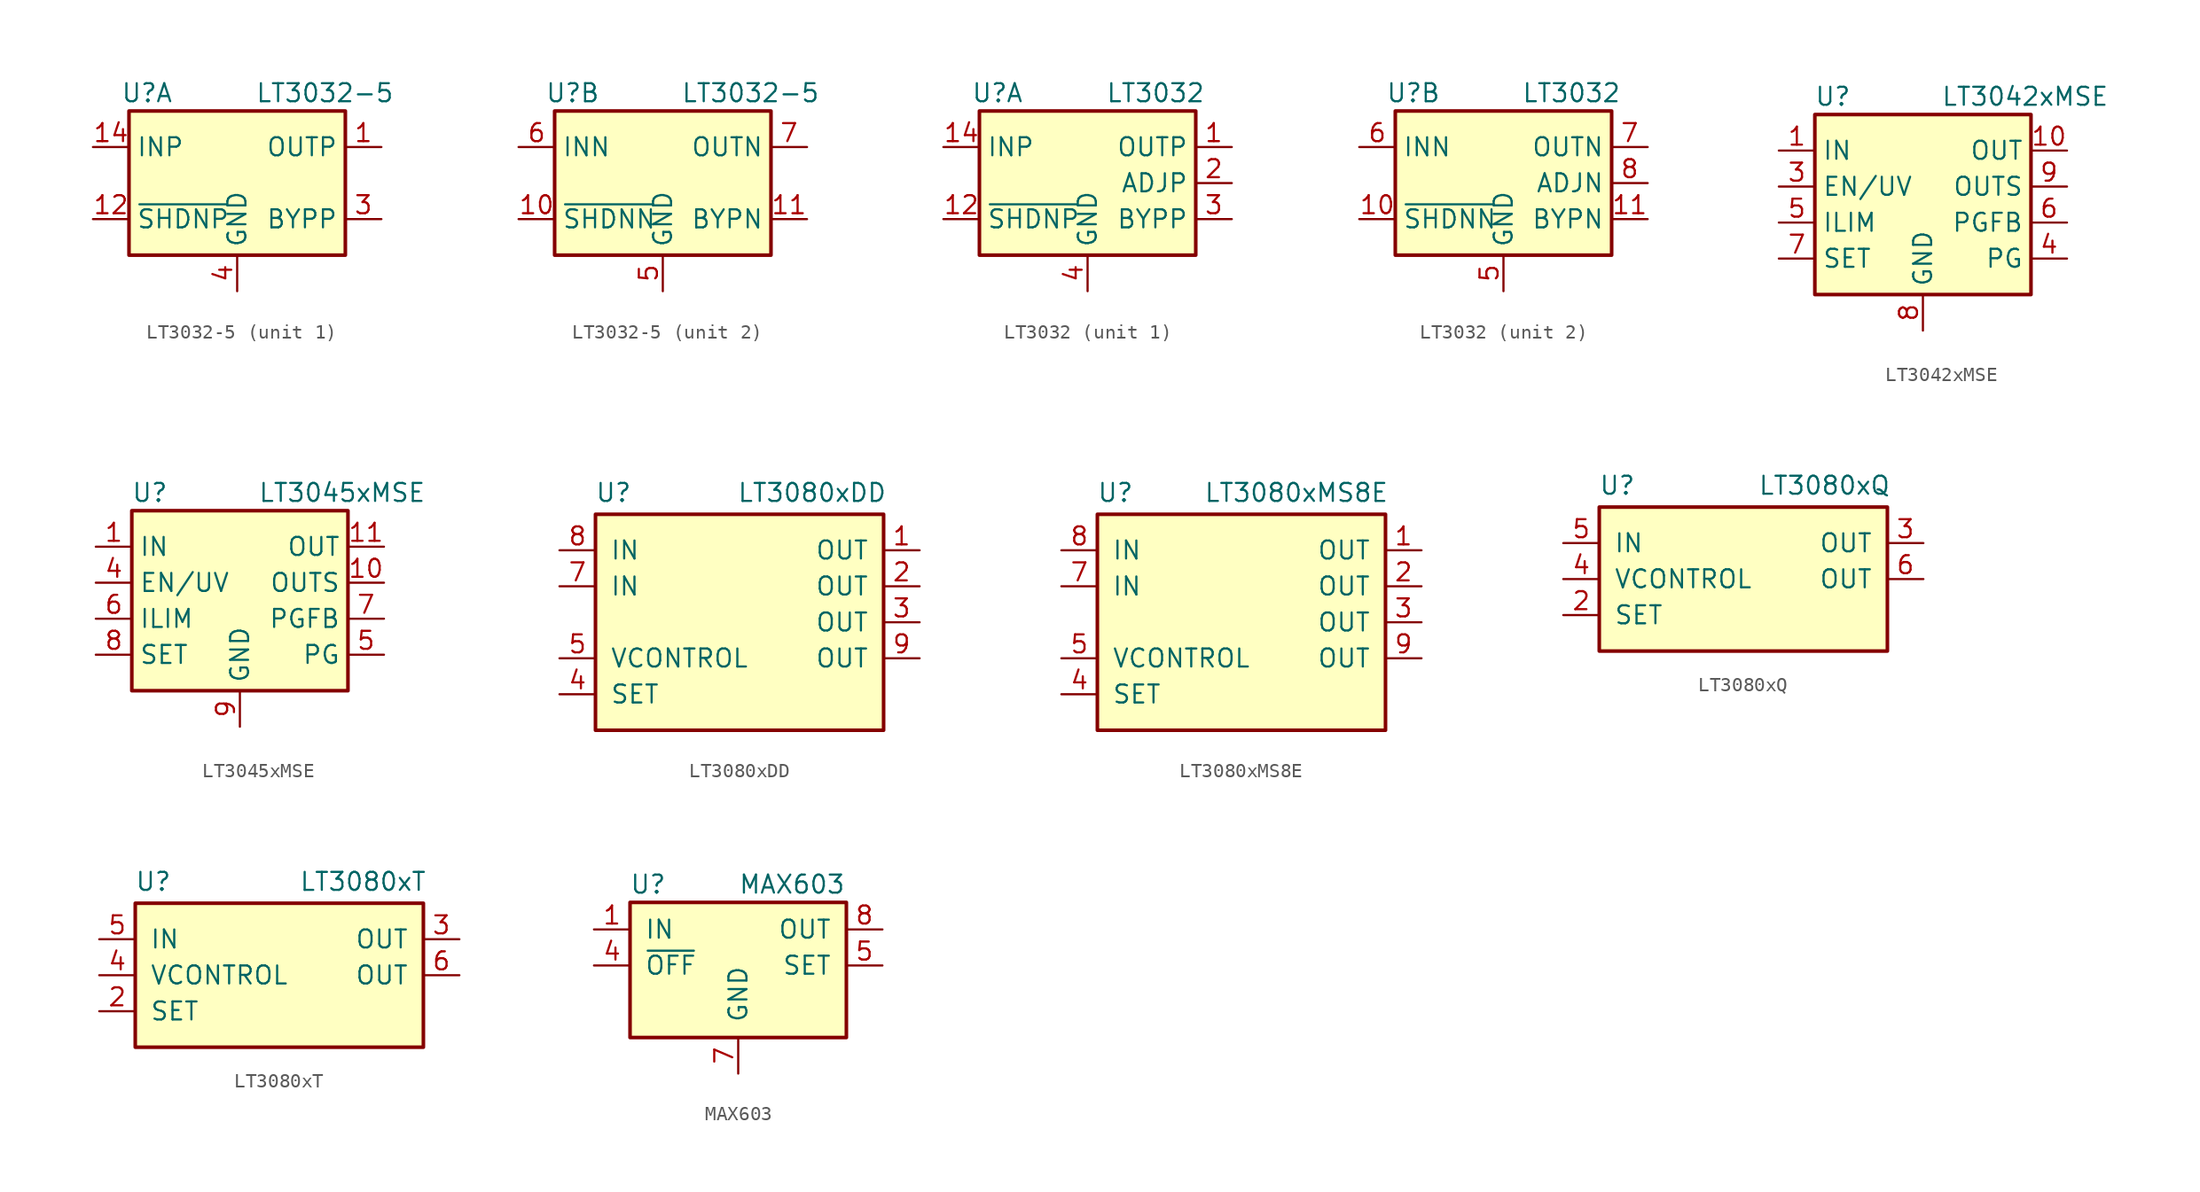
<source format=kicad_sym>
(kicad_symbol_lib
  (version 20220914)
  (generator kicad_symbol_editor)
  (symbol "LT3032-5"
    (property "Reference" "U"
      (at -6.35 6.35 0)
      (effects (font (size 1.27 1.27))))
    (property "Value" "LT3032-5"
      (at 1.27 6.35 0)
      (effects (font (size 1.27 1.27)) (justify left)))
    (property "ki_locked" ""
      (at 0 0 0)
      (effects (font (size 1.27 1.27))))
    (symbol "LT3032-5_0_1"
      (rectangle (start -7.62 5.08) (end 7.62 -5.08) (stroke (width 0.254) (type solid)) (fill (type background))))
    (symbol "LT3032-5_1_1"
      (pin power_out line (at 10.16 2.54 180) (length 2.54) (name "OUTP" (effects (font (size 1.27 1.27)))) (number "1" (effects (font (size 1.27 1.27)))))
      (pin input line (at -10.16 -2.54 0) (length 2.54) (name "~{SHDNP}" (effects (font (size 1.27 1.27)))) (number "12" (effects (font (size 1.27 1.27)))))
      (pin no_connect line (at 7.62 -5.08 180) (length 2.54) hide (name "NC" (effects (font (size 1.27 1.27)))) (number "13" (effects (font (size 1.27 1.27)))))
      (pin power_in line (at -10.16 2.54 0) (length 2.54) (name "INP" (effects (font (size 1.27 1.27)))) (number "14" (effects (font (size 1.27 1.27)))))
      (pin no_connect line (at 7.62 0 180) (length 2.54) hide (name "NC" (effects (font (size 1.27 1.27)))) (number "2" (effects (font (size 1.27 1.27)))))
      (pin passive line (at 10.16 -2.54 180) (length 2.54) (name "BYPP" (effects (font (size 1.27 1.27)))) (number "3" (effects (font (size 1.27 1.27)))))
      (pin power_in line (at 0 -7.62 90) (length 2.54) (name "GND" (effects (font (size 1.27 1.27)))) (number "4" (effects (font (size 1.27 1.27))))))
    (symbol "LT3032-5_2_1"
      (pin input line (at -10.16 -2.54 0) (length 2.54) (name "~{SHDNN}" (effects (font (size 1.27 1.27)))) (number "10" (effects (font (size 1.27 1.27)))))
      (pin passive line (at 10.16 -2.54 180) (length 2.54) (name "BYPN" (effects (font (size 1.27 1.27)))) (number "11" (effects (font (size 1.27 1.27)))))
      (pin power_in line (at 0 -7.62 90) (length 2.54) (name "GND" (effects (font (size 1.27 1.27)))) (number "5" (effects (font (size 1.27 1.27)))))
      (pin power_in line (at -10.16 2.54 0) (length 2.54) (name "INN" (effects (font (size 1.27 1.27)))) (number "6" (effects (font (size 1.27 1.27)))))
      (pin power_out line (at 10.16 2.54 180) (length 2.54) (name "OUTN" (effects (font (size 1.27 1.27)))) (number "7" (effects (font (size 1.27 1.27)))))
      (pin no_connect line (at 7.62 0 180) (length 2.54) hide (name "NC" (effects (font (size 1.27 1.27)))) (number "8" (effects (font (size 1.27 1.27)))))
      (pin passive line (at -10.16 2.54 0) (length 2.54) hide (name "INN" (effects (font (size 1.27 1.27)))) (number "9" (effects (font (size 1.27 1.27)))))))
  (symbol "LT3032"
    (property "Reference" "U"
      (at -6.35 6.35 0)
      (effects (font (size 1.27 1.27))))
    (property "Value" "LT3032"
      (at 1.27 6.35 0)
      (effects (font (size 1.27 1.27)) (justify left)))
    (property "ki_locked" ""
      (at 0 0 0)
      (effects (font (size 1.27 1.27))))
    (symbol "LT3032_0_1"
      (rectangle (start -7.62 5.08) (end 7.62 -5.08) (stroke (width 0.254) (type solid)) (fill (type background))))
    (symbol "LT3032_1_1"
      (pin power_out line (at 10.16 2.54 180) (length 2.54) (name "OUTP" (effects (font (size 1.27 1.27)))) (number "1" (effects (font (size 1.27 1.27)))))
      (pin input line (at -10.16 -2.54 0) (length 2.54) (name "~{SHDNP}" (effects (font (size 1.27 1.27)))) (number "12" (effects (font (size 1.27 1.27)))))
      (pin no_connect line (at 7.62 -5.08 180) (length 2.54) hide (name "NC" (effects (font (size 1.27 1.27)))) (number "13" (effects (font (size 1.27 1.27)))))
      (pin power_in line (at -10.16 2.54 0) (length 2.54) (name "INP" (effects (font (size 1.27 1.27)))) (number "14" (effects (font (size 1.27 1.27)))))
      (pin input line (at 10.16 0 180) (length 2.54) (name "ADJP" (effects (font (size 1.27 1.27)))) (number "2" (effects (font (size 1.27 1.27)))))
      (pin passive line (at 10.16 -2.54 180) (length 2.54) (name "BYPP" (effects (font (size 1.27 1.27)))) (number "3" (effects (font (size 1.27 1.27)))))
      (pin power_in line (at 0 -7.62 90) (length 2.54) (name "GND" (effects (font (size 1.27 1.27)))) (number "4" (effects (font (size 1.27 1.27))))))
    (symbol "LT3032_2_1"
      (pin input line (at -10.16 -2.54 0) (length 2.54) (name "~{SHDNN}" (effects (font (size 1.27 1.27)))) (number "10" (effects (font (size 1.27 1.27)))))
      (pin passive line (at 10.16 -2.54 180) (length 2.54) (name "BYPN" (effects (font (size 1.27 1.27)))) (number "11" (effects (font (size 1.27 1.27)))))
      (pin power_in line (at 0 -7.62 90) (length 2.54) (name "GND" (effects (font (size 1.27 1.27)))) (number "5" (effects (font (size 1.27 1.27)))))
      (pin power_in line (at -10.16 2.54 0) (length 2.54) (name "INN" (effects (font (size 1.27 1.27)))) (number "6" (effects (font (size 1.27 1.27)))))
      (pin power_out line (at 10.16 2.54 180) (length 2.54) (name "OUTN" (effects (font (size 1.27 1.27)))) (number "7" (effects (font (size 1.27 1.27)))))
      (pin input line (at 10.16 0 180) (length 2.54) (name "ADJN" (effects (font (size 1.27 1.27)))) (number "8" (effects (font (size 1.27 1.27)))))
      (pin passive line (at -10.16 2.54 0) (length 2.54) hide (name "INN" (effects (font (size 1.27 1.27)))) (number "9" (effects (font (size 1.27 1.27)))))))
  (symbol "LT3042xMSE"
    (property "Reference" "U"
      (at -6.35 6.35 0)
      (effects (font (size 1.27 1.27))))
    (property "Value" "LT3042xMSE"
      (at 1.27 6.35 0)
      (effects (font (size 1.27 1.27)) (justify left)))
    (symbol "LT3042xMSE_0_1"
      (rectangle (start -7.62 5.08) (end 7.62 -7.62) (stroke (width 0.254) (type solid)) (fill (type background))))
    (symbol "LT3042xMSE_1_1"
      (pin power_in line (at -10.16 2.54 0) (length 2.54) (name "IN" (effects (font (size 1.27 1.27)))) (number "1" (effects (font (size 1.27 1.27)))))
      (pin power_out line (at 10.16 2.54 180) (length 2.54) (name "OUT" (effects (font (size 1.27 1.27)))) (number "10" (effects (font (size 1.27 1.27)))))
      (pin passive line (at 0 -10.16 90) (length 2.54) hide (name "GND" (effects (font (size 1.27 1.27)))) (number "11" (effects (font (size 1.27 1.27)))))
      (pin passive line (at -10.16 2.54 0) (length 2.54) hide (name "IN" (effects (font (size 1.27 1.27)))) (number "2" (effects (font (size 1.27 1.27)))))
      (pin input line (at -10.16 0 0) (length 2.54) (name "EN/UV" (effects (font (size 1.27 1.27)))) (number "3" (effects (font (size 1.27 1.27)))))
      (pin open_collector line (at 10.16 -5.08 180) (length 2.54) (name "PG" (effects (font (size 1.27 1.27)))) (number "4" (effects (font (size 1.27 1.27)))))
      (pin passive line (at -10.16 -2.54 0) (length 2.54) (name "ILIM" (effects (font (size 1.27 1.27)))) (number "5" (effects (font (size 1.27 1.27)))))
      (pin input line (at 10.16 -2.54 180) (length 2.54) (name "PGFB" (effects (font (size 1.27 1.27)))) (number "6" (effects (font (size 1.27 1.27)))))
      (pin passive line (at -10.16 -5.08 0) (length 2.54) (name "SET" (effects (font (size 1.27 1.27)))) (number "7" (effects (font (size 1.27 1.27)))))
      (pin power_in line (at 0 -10.16 90) (length 2.54) (name "GND" (effects (font (size 1.27 1.27)))) (number "8" (effects (font (size 1.27 1.27)))))
      (pin input line (at 10.16 0 180) (length 2.54) (name "OUTS" (effects (font (size 1.27 1.27)))) (number "9" (effects (font (size 1.27 1.27)))))))
  (symbol "LT3045xMSE"
    (property "Reference" "U"
      (at -6.35 6.35 0)
      (effects (font (size 1.27 1.27))))
    (property "Value" "LT3045xMSE"
      (at 1.27 6.35 0)
      (effects (font (size 1.27 1.27)) (justify left)))
    (symbol "LT3045xMSE_0_1"
      (rectangle (start -7.62 5.08) (end 7.62 -7.62) (stroke (width 0.254) (type solid)) (fill (type background))))
    (symbol "LT3045xMSE_1_1"
      (pin power_in line (at -10.16 2.54 0) (length 2.54) (name "IN" (effects (font (size 1.27 1.27)))) (number "1" (effects (font (size 1.27 1.27)))))
      (pin input line (at 10.16 0 180) (length 2.54) (name "OUTS" (effects (font (size 1.27 1.27)))) (number "10" (effects (font (size 1.27 1.27)))))
      (pin power_out line (at 10.16 2.54 180) (length 2.54) (name "OUT" (effects (font (size 1.27 1.27)))) (number "11" (effects (font (size 1.27 1.27)))))
      (pin passive line (at 10.16 2.54 180) (length 2.54) hide (name "OUT" (effects (font (size 1.27 1.27)))) (number "12" (effects (font (size 1.27 1.27)))))
      (pin passive line (at 0 -10.16 90) (length 2.54) hide (name "GND" (effects (font (size 1.27 1.27)))) (number "13" (effects (font (size 1.27 1.27)))))
      (pin passive line (at -10.16 2.54 0) (length 2.54) hide (name "IN" (effects (font (size 1.27 1.27)))) (number "2" (effects (font (size 1.27 1.27)))))
      (pin passive line (at -10.16 2.54 0) (length 2.54) hide (name "IN" (effects (font (size 1.27 1.27)))) (number "3" (effects (font (size 1.27 1.27)))))
      (pin input line (at -10.16 0 0) (length 2.54) (name "EN/UV" (effects (font (size 1.27 1.27)))) (number "4" (effects (font (size 1.27 1.27)))))
      (pin open_collector line (at 10.16 -5.08 180) (length 2.54) (name "PG" (effects (font (size 1.27 1.27)))) (number "5" (effects (font (size 1.27 1.27)))))
      (pin passive line (at -10.16 -2.54 0) (length 2.54) (name "ILIM" (effects (font (size 1.27 1.27)))) (number "6" (effects (font (size 1.27 1.27)))))
      (pin input line (at 10.16 -2.54 180) (length 2.54) (name "PGFB" (effects (font (size 1.27 1.27)))) (number "7" (effects (font (size 1.27 1.27)))))
      (pin passive line (at -10.16 -5.08 0) (length 2.54) (name "SET" (effects (font (size 1.27 1.27)))) (number "8" (effects (font (size 1.27 1.27)))))
      (pin power_in line (at 0 -10.16 90) (length 2.54) (name "GND" (effects (font (size 1.27 1.27)))) (number "9" (effects (font (size 1.27 1.27)))))))
  (symbol "LT3080xDD"
    (pin_names
      (offset 1.016))
    (property "Reference" "U"
      (at -8.89 9.144 0)
      (effects (font (size 1.27 1.27))))
    (property "Value" "LT3080xDD"
      (at 10.414 9.144 0)
      (effects (font (size 1.27 1.27)) (justify right)))
    (symbol "LT3080xDD_0_1"
      (rectangle (start -10.16 7.62) (end 10.16 -7.62) (stroke (width 0.254) (type solid)) (fill (type background))))
    (symbol "LT3080xDD_1_1"
      (pin power_out line (at 12.7 5.08 180) (length 2.54) (name "OUT" (effects (font (size 1.27 1.27)))) (number "1" (effects (font (size 1.27 1.27)))))
      (pin power_out line (at 12.7 2.54 180) (length 2.54) (name "OUT" (effects (font (size 1.27 1.27)))) (number "2" (effects (font (size 1.27 1.27)))))
      (pin power_out line (at 12.7 0 180) (length 2.54) (name "OUT" (effects (font (size 1.27 1.27)))) (number "3" (effects (font (size 1.27 1.27)))))
      (pin input line (at -12.7 -5.08 0) (length 2.54) (name "SET" (effects (font (size 1.27 1.27)))) (number "4" (effects (font (size 1.27 1.27)))))
      (pin input line (at -12.7 -2.54 0) (length 2.54) (name "VCONTROL" (effects (font (size 1.27 1.27)))) (number "5" (effects (font (size 1.27 1.27)))))
      (pin no_connect line (at -10.16 0 0) (length 2.54) hide (name "NC" (effects (font (size 1.27 1.27)))) (number "6" (effects (font (size 1.27 1.27)))))
      (pin power_in line (at -12.7 2.54 0) (length 2.54) (name "IN" (effects (font (size 1.27 1.27)))) (number "7" (effects (font (size 1.27 1.27)))))
      (pin power_in line (at -12.7 5.08 0) (length 2.54) (name "IN" (effects (font (size 1.27 1.27)))) (number "8" (effects (font (size 1.27 1.27)))))
      (pin power_out line (at 12.7 -2.54 180) (length 2.54) (name "OUT" (effects (font (size 1.27 1.27)))) (number "9" (effects (font (size 1.27 1.27)))))))
  (symbol "LT3080xMS8E"
    (pin_names
      (offset 1.016))
    (property "Reference" "U"
      (at -8.89 9.144 0)
      (effects (font (size 1.27 1.27))))
    (property "Value" "LT3080xMS8E"
      (at 10.414 9.144 0)
      (effects (font (size 1.27 1.27)) (justify right)))
    (symbol "LT3080xMS8E_0_1"
      (rectangle (start -10.16 7.62) (end 10.16 -7.62) (stroke (width 0.254) (type solid)) (fill (type background))))
    (symbol "LT3080xMS8E_1_1"
      (pin power_out line (at 12.7 5.08 180) (length 2.54) (name "OUT" (effects (font (size 1.27 1.27)))) (number "1" (effects (font (size 1.27 1.27)))))
      (pin power_out line (at 12.7 2.54 180) (length 2.54) (name "OUT" (effects (font (size 1.27 1.27)))) (number "2" (effects (font (size 1.27 1.27)))))
      (pin power_out line (at 12.7 0 180) (length 2.54) (name "OUT" (effects (font (size 1.27 1.27)))) (number "3" (effects (font (size 1.27 1.27)))))
      (pin input line (at -12.7 -5.08 0) (length 2.54) (name "SET" (effects (font (size 1.27 1.27)))) (number "4" (effects (font (size 1.27 1.27)))))
      (pin input line (at -12.7 -2.54 0) (length 2.54) (name "VCONTROL" (effects (font (size 1.27 1.27)))) (number "5" (effects (font (size 1.27 1.27)))))
      (pin no_connect line (at -10.16 0 0) (length 2.54) hide (name "NC" (effects (font (size 1.27 1.27)))) (number "6" (effects (font (size 1.27 1.27)))))
      (pin power_in line (at -12.7 2.54 0) (length 2.54) (name "IN" (effects (font (size 1.27 1.27)))) (number "7" (effects (font (size 1.27 1.27)))))
      (pin power_in line (at -12.7 5.08 0) (length 2.54) (name "IN" (effects (font (size 1.27 1.27)))) (number "8" (effects (font (size 1.27 1.27)))))
      (pin power_out line (at 12.7 -2.54 180) (length 2.54) (name "OUT" (effects (font (size 1.27 1.27)))) (number "9" (effects (font (size 1.27 1.27)))))))
  (symbol "LT3080xQ"
    (pin_names
      (offset 1.016))
    (property "Reference" "U"
      (at -8.89 6.604 0)
      (effects (font (size 1.27 1.27))))
    (property "Value" "LT3080xQ"
      (at 10.414 6.604 0)
      (effects (font (size 1.27 1.27)) (justify right)))
    (symbol "LT3080xQ_0_1"
      (rectangle (start -10.16 5.08) (end 10.16 -5.08) (stroke (width 0.254) (type solid)) (fill (type background))))
    (symbol "LT3080xQ_1_1"
      (pin no_connect line (at 10.16 -2.54 180) (length 2.54) hide (name "NC" (effects (font (size 1.27 1.27)))) (number "1" (effects (font (size 1.27 1.27)))))
      (pin input line (at -12.7 -2.54 0) (length 2.54) (name "SET" (effects (font (size 1.27 1.27)))) (number "2" (effects (font (size 1.27 1.27)))))
      (pin power_out line (at 12.7 2.54 180) (length 2.54) (name "OUT" (effects (font (size 1.27 1.27)))) (number "3" (effects (font (size 1.27 1.27)))))
      (pin input line (at -12.7 0 0) (length 2.54) (name "VCONTROL" (effects (font (size 1.27 1.27)))) (number "4" (effects (font (size 1.27 1.27)))))
      (pin power_in line (at -12.7 2.54 0) (length 2.54) (name "IN" (effects (font (size 1.27 1.27)))) (number "5" (effects (font (size 1.27 1.27)))))
      (pin power_out line (at 12.7 0 180) (length 2.54) (name "OUT" (effects (font (size 1.27 1.27)))) (number "6" (effects (font (size 1.27 1.27)))))))
  (symbol "LT3080xT"
    (pin_names
      (offset 1.016))
    (property "Reference" "U"
      (at -8.89 6.604 0)
      (effects (font (size 1.27 1.27))))
    (property "Value" "LT3080xT"
      (at 10.414 6.604 0)
      (effects (font (size 1.27 1.27)) (justify right)))
    (symbol "LT3080xT_0_1"
      (rectangle (start -10.16 5.08) (end 10.16 -5.08) (stroke (width 0.254) (type solid)) (fill (type background))))
    (symbol "LT3080xT_1_1"
      (pin no_connect line (at 10.16 -2.54 180) (length 2.54) hide (name "NC" (effects (font (size 1.27 1.27)))) (number "1" (effects (font (size 1.27 1.27)))))
      (pin input line (at -12.7 -2.54 0) (length 2.54) (name "SET" (effects (font (size 1.27 1.27)))) (number "2" (effects (font (size 1.27 1.27)))))
      (pin power_out line (at 12.7 2.54 180) (length 2.54) (name "OUT" (effects (font (size 1.27 1.27)))) (number "3" (effects (font (size 1.27 1.27)))))
      (pin input line (at -12.7 0 0) (length 2.54) (name "VCONTROL" (effects (font (size 1.27 1.27)))) (number "4" (effects (font (size 1.27 1.27)))))
      (pin power_in line (at -12.7 2.54 0) (length 2.54) (name "IN" (effects (font (size 1.27 1.27)))) (number "5" (effects (font (size 1.27 1.27)))))
      (pin power_out line (at 12.7 0 180) (length 2.54) (name "OUT" (effects (font (size 1.27 1.27)))) (number "6" (effects (font (size 1.27 1.27)))))))
  (symbol "MAX603"
    (pin_names
      (offset 1.016))
    (property "Reference" "U"
      (at -6.35 5.715 0)
      (effects (font (size 1.27 1.27))))
    (property "Value" "MAX603"
      (at 0 5.715 0)
      (effects (font (size 1.27 1.27)) (justify left)))
    (symbol "MAX603_0_1"
      (rectangle (start -7.62 4.445) (end 7.62 -5.08) (stroke (width 0.254) (type solid)) (fill (type background))))
    (symbol "MAX603_1_1"
      (pin power_in line (at -10.16 2.54 0) (length 2.54) (name "IN" (effects (font (size 1.27 1.27)))) (number "1" (effects (font (size 1.27 1.27)))))
      (pin passive line (at 0 -7.62 90) (length 2.54) hide (name "GND" (effects (font (size 1.27 1.27)))) (number "2" (effects (font (size 1.27 1.27)))))
      (pin passive line (at 0 -7.62 90) (length 2.54) hide (name "GND" (effects (font (size 1.27 1.27)))) (number "3" (effects (font (size 1.27 1.27)))))
      (pin input line (at -10.16 0 0) (length 2.54) (name "~{OFF}" (effects (font (size 1.27 1.27)))) (number "4" (effects (font (size 1.27 1.27)))))
      (pin passive line (at 10.16 0 180) (length 2.54) (name "SET" (effects (font (size 1.27 1.27)))) (number "5" (effects (font (size 1.27 1.27)))))
      (pin passive line (at 0 -7.62 90) (length 2.54) hide (name "GND" (effects (font (size 1.27 1.27)))) (number "6" (effects (font (size 1.27 1.27)))))
      (pin power_in line (at 0 -7.62 90) (length 2.54) (name "GND" (effects (font (size 1.27 1.27)))) (number "7" (effects (font (size 1.27 1.27)))))
      (pin power_out line (at 10.16 2.54 180) (length 2.54) (name "OUT" (effects (font (size 1.27 1.27)))) (number "8" (effects (font (size 1.27 1.27))))))))
</source>
